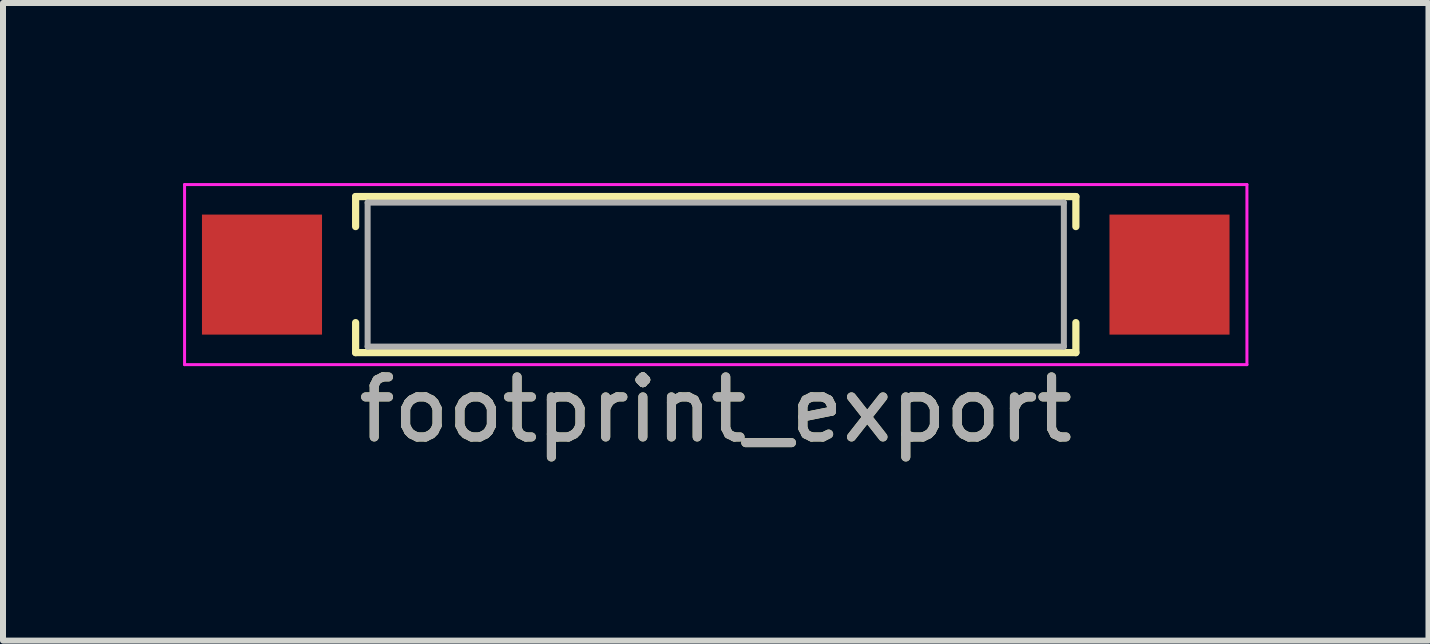
<source format=kicad_pcb>
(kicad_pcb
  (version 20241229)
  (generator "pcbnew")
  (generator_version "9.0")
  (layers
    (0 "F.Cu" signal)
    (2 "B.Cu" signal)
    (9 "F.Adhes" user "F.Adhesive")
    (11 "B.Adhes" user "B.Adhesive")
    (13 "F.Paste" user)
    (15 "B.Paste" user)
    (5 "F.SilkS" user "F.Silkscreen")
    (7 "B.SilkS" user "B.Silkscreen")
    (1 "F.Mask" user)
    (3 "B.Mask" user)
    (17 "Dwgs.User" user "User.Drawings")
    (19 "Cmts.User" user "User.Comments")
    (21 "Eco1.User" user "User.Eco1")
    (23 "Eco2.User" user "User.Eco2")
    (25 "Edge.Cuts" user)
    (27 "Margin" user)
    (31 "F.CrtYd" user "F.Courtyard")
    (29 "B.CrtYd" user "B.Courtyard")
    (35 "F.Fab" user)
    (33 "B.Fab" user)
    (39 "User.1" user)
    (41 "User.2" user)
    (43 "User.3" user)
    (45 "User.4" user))
  (footprint "footprint_export"
    (layer "F.Cu")
    (at 8.875 1.525)
    (property "Reference" "footprint_export" (at 0 2.25 0) (layer "F.SilkS") (effects (font (size 1 1) (thickness 0.15))))
    (attr smd)
    (fp_line (start -6 -1.3) (end -6 -0.8) (stroke (width 0.12) (type solid)) (layer "F.SilkS"))
    (fp_line (start -6 0.8) (end -6 1.3) (stroke (width 0.12) (type solid)) (layer "F.SilkS"))
    (fp_line (start -6 1.3) (end 6 1.3) (stroke (width 0.12) (type solid)) (layer "F.SilkS"))
    (fp_line (start 6 -1.3) (end -6 -1.3) (stroke (width 0.12) (type solid)) (layer "F.SilkS"))
    (fp_line (start 6 -0.8) (end 6 -1.3) (stroke (width 0.12) (type solid)) (layer "F.SilkS"))
    (fp_line (start 6 1.3) (end 6 0.8) (stroke (width 0.12) (type solid)) (layer "F.SilkS"))
    (fp_line (start -8.85 -1.5) (end 8.85 -1.5) (stroke (width 0.05) (type solid)) (layer "F.CrtYd"))
    (fp_line (start -8.85 1.5) (end -8.85 -1.5) (stroke (width 0.05) (type solid)) (layer "F.CrtYd"))
    (fp_line (start 8.85 -1.5) (end 8.85 1.5) (stroke (width 0.05) (type solid)) (layer "F.CrtYd"))
    (fp_line (start 8.85 1.5) (end -8.85 1.5) (stroke (width 0.05) (type solid)) (layer "F.CrtYd"))
    (fp_line (start -5.8 -1.2) (end 5.8 -1.2) (stroke (width 0.1) (type solid)) (layer "F.Fab"))
    (fp_line (start -5.8 1.2) (end -5.8 -1.2) (stroke (width 0.1) (type solid)) (layer "F.Fab"))
    (fp_line (start 5.8 -1.2) (end 5.8 1.2) (stroke (width 0.1) (type solid)) (layer "F.Fab"))
    (fp_line (start 5.8 1.2) (end -5.8 1.2) (stroke (width 0.1) (type solid)) (layer "F.Fab"))
    (fp_text user "${REFERENCE}" (at 0 2.25 0) (layer "F.Fab") (effects (font (size 1 1) (thickness 0.15))))
    (pad "1" smd rect (at -7.56 0) (size 2 2) (layers "F.Cu" "F.Mask" "F.Paste"))
    (pad "2" smd rect (at 7.56 0) (size 2 2) (layers "F.Cu" "F.Mask" "F.Paste")))
  (gr_rect
    (start -3 -3)
    (end 20.75 7.623)
    (stroke (width 0.1) (type default))
    (fill no)
    (layer "Edge.Cuts")))
</source>
